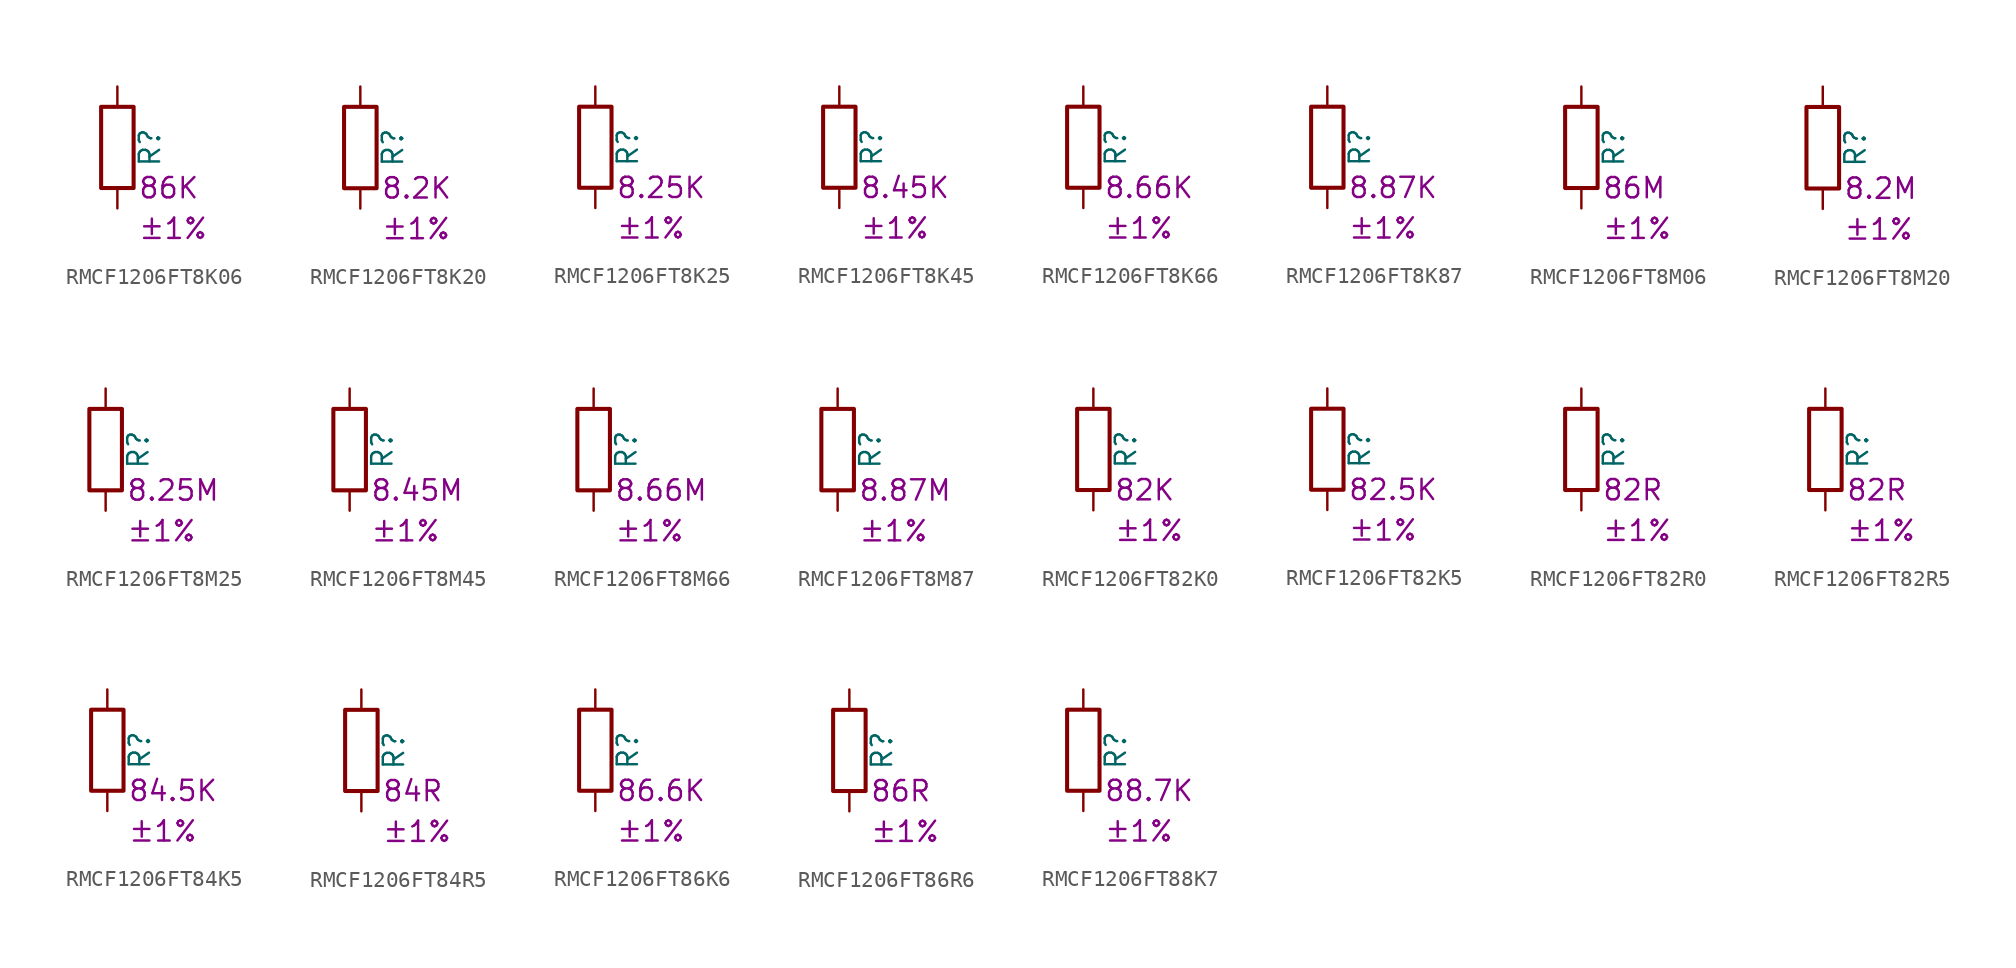
<source format=kicad_sym>
(kicad_symbol_lib
  (version 20220914)
  (generator kicad_symbol_editor)
  (symbol "RMCF1206FT8K06"
    (pin_numbers hide)
    (pin_names
      (offset 0))
    (property "Reference" "R"
      (at 2.032 0 90)
      (effects (font (size 1.27 1.27))))
    (property "Resistance" "86K"
      (at 1.27 -2.54 0)
      (effects (font (size 1.27 1.27)) (justify left)))
    (property "Tolerance" "±1%"
      (at 1.27 -5.08 0)
      (effects (font (size 1.27 1.27)) (justify left)))
    (symbol "RMCF1206FT8K06_0_1"
      (rectangle (start -1.016 -2.54) (end 1.016 2.54) (stroke (width 0.254) (type default)) (fill (type none))))
    (symbol "RMCF1206FT8K06_1_1"
      (pin passive line (at 0 3.81 270) (length 1.27) (name "~" (effects (font (size 1.27 1.27)))) (number "1" (effects (font (size 1.27 1.27)))))
      (pin passive line (at 0 -3.81 90) (length 1.27) (name "~" (effects (font (size 1.27 1.27)))) (number "2" (effects (font (size 1.27 1.27)))))))
  (symbol "RMCF1206FT8K20"
    (pin_numbers hide)
    (pin_names
      (offset 0))
    (property "Reference" "R"
      (at 2.032 0 90)
      (effects (font (size 1.27 1.27))))
    (property "Resistance" "8.2K"
      (at 1.27 -2.54 0)
      (effects (font (size 1.27 1.27)) (justify left)))
    (property "Tolerance" "±1%"
      (at 1.27 -5.08 0)
      (effects (font (size 1.27 1.27)) (justify left)))
    (symbol "RMCF1206FT8K20_0_1"
      (rectangle (start -1.016 -2.54) (end 1.016 2.54) (stroke (width 0.254) (type default)) (fill (type none))))
    (symbol "RMCF1206FT8K20_1_1"
      (pin passive line (at 0 3.81 270) (length 1.27) (name "~" (effects (font (size 1.27 1.27)))) (number "1" (effects (font (size 1.27 1.27)))))
      (pin passive line (at 0 -3.81 90) (length 1.27) (name "~" (effects (font (size 1.27 1.27)))) (number "2" (effects (font (size 1.27 1.27)))))))
  (symbol "RMCF1206FT8K25"
    (pin_numbers hide)
    (pin_names
      (offset 0))
    (property "Reference" "R"
      (at 2.032 0 90)
      (effects (font (size 1.27 1.27))))
    (property "Resistance" "8.25K"
      (at 1.27 -2.54 0)
      (effects (font (size 1.27 1.27)) (justify left)))
    (property "Tolerance" "±1%"
      (at 1.27 -5.08 0)
      (effects (font (size 1.27 1.27)) (justify left)))
    (symbol "RMCF1206FT8K25_0_1"
      (rectangle (start -1.016 -2.54) (end 1.016 2.54) (stroke (width 0.254) (type default)) (fill (type none))))
    (symbol "RMCF1206FT8K25_1_1"
      (pin passive line (at 0 3.81 270) (length 1.27) (name "~" (effects (font (size 1.27 1.27)))) (number "1" (effects (font (size 1.27 1.27)))))
      (pin passive line (at 0 -3.81 90) (length 1.27) (name "~" (effects (font (size 1.27 1.27)))) (number "2" (effects (font (size 1.27 1.27)))))))
  (symbol "RMCF1206FT8K45"
    (pin_numbers hide)
    (pin_names
      (offset 0))
    (property "Reference" "R"
      (at 2.032 0 90)
      (effects (font (size 1.27 1.27))))
    (property "Resistance" "8.45K"
      (at 1.27 -2.54 0)
      (effects (font (size 1.27 1.27)) (justify left)))
    (property "Tolerance" "±1%"
      (at 1.27 -5.08 0)
      (effects (font (size 1.27 1.27)) (justify left)))
    (symbol "RMCF1206FT8K45_0_1"
      (rectangle (start -1.016 -2.54) (end 1.016 2.54) (stroke (width 0.254) (type default)) (fill (type none))))
    (symbol "RMCF1206FT8K45_1_1"
      (pin passive line (at 0 3.81 270) (length 1.27) (name "~" (effects (font (size 1.27 1.27)))) (number "1" (effects (font (size 1.27 1.27)))))
      (pin passive line (at 0 -3.81 90) (length 1.27) (name "~" (effects (font (size 1.27 1.27)))) (number "2" (effects (font (size 1.27 1.27)))))))
  (symbol "RMCF1206FT8K66"
    (pin_numbers hide)
    (pin_names
      (offset 0))
    (property "Reference" "R"
      (at 2.032 0 90)
      (effects (font (size 1.27 1.27))))
    (property "Resistance" "8.66K"
      (at 1.27 -2.54 0)
      (effects (font (size 1.27 1.27)) (justify left)))
    (property "Tolerance" "±1%"
      (at 1.27 -5.08 0)
      (effects (font (size 1.27 1.27)) (justify left)))
    (symbol "RMCF1206FT8K66_0_1"
      (rectangle (start -1.016 -2.54) (end 1.016 2.54) (stroke (width 0.254) (type default)) (fill (type none))))
    (symbol "RMCF1206FT8K66_1_1"
      (pin passive line (at 0 3.81 270) (length 1.27) (name "~" (effects (font (size 1.27 1.27)))) (number "1" (effects (font (size 1.27 1.27)))))
      (pin passive line (at 0 -3.81 90) (length 1.27) (name "~" (effects (font (size 1.27 1.27)))) (number "2" (effects (font (size 1.27 1.27)))))))
  (symbol "RMCF1206FT8K87"
    (pin_numbers hide)
    (pin_names
      (offset 0))
    (property "Reference" "R"
      (at 2.032 0 90)
      (effects (font (size 1.27 1.27))))
    (property "Resistance" "8.87K"
      (at 1.27 -2.54 0)
      (effects (font (size 1.27 1.27)) (justify left)))
    (property "Tolerance" "±1%"
      (at 1.27 -5.08 0)
      (effects (font (size 1.27 1.27)) (justify left)))
    (symbol "RMCF1206FT8K87_0_1"
      (rectangle (start -1.016 -2.54) (end 1.016 2.54) (stroke (width 0.254) (type default)) (fill (type none))))
    (symbol "RMCF1206FT8K87_1_1"
      (pin passive line (at 0 3.81 270) (length 1.27) (name "~" (effects (font (size 1.27 1.27)))) (number "1" (effects (font (size 1.27 1.27)))))
      (pin passive line (at 0 -3.81 90) (length 1.27) (name "~" (effects (font (size 1.27 1.27)))) (number "2" (effects (font (size 1.27 1.27)))))))
  (symbol "RMCF1206FT8M06"
    (pin_numbers hide)
    (pin_names
      (offset 0))
    (property "Reference" "R"
      (at 2.032 0 90)
      (effects (font (size 1.27 1.27))))
    (property "Resistance" "86M"
      (at 1.27 -2.54 0)
      (effects (font (size 1.27 1.27)) (justify left)))
    (property "Tolerance" "±1%"
      (at 1.27 -5.08 0)
      (effects (font (size 1.27 1.27)) (justify left)))
    (symbol "RMCF1206FT8M06_0_1"
      (rectangle (start -1.016 -2.54) (end 1.016 2.54) (stroke (width 0.254) (type default)) (fill (type none))))
    (symbol "RMCF1206FT8M06_1_1"
      (pin passive line (at 0 3.81 270) (length 1.27) (name "~" (effects (font (size 1.27 1.27)))) (number "1" (effects (font (size 1.27 1.27)))))
      (pin passive line (at 0 -3.81 90) (length 1.27) (name "~" (effects (font (size 1.27 1.27)))) (number "2" (effects (font (size 1.27 1.27)))))))
  (symbol "RMCF1206FT8M20"
    (pin_numbers hide)
    (pin_names
      (offset 0))
    (property "Reference" "R"
      (at 2.032 0 90)
      (effects (font (size 1.27 1.27))))
    (property "Resistance" "8.2M"
      (at 1.27 -2.54 0)
      (effects (font (size 1.27 1.27)) (justify left)))
    (property "Tolerance" "±1%"
      (at 1.27 -5.08 0)
      (effects (font (size 1.27 1.27)) (justify left)))
    (symbol "RMCF1206FT8M20_0_1"
      (rectangle (start -1.016 -2.54) (end 1.016 2.54) (stroke (width 0.254) (type default)) (fill (type none))))
    (symbol "RMCF1206FT8M20_1_1"
      (pin passive line (at 0 3.81 270) (length 1.27) (name "~" (effects (font (size 1.27 1.27)))) (number "1" (effects (font (size 1.27 1.27)))))
      (pin passive line (at 0 -3.81 90) (length 1.27) (name "~" (effects (font (size 1.27 1.27)))) (number "2" (effects (font (size 1.27 1.27)))))))
  (symbol "RMCF1206FT8M25"
    (pin_numbers hide)
    (pin_names
      (offset 0))
    (property "Reference" "R"
      (at 2.032 0 90)
      (effects (font (size 1.27 1.27))))
    (property "Resistance" "8.25M"
      (at 1.27 -2.54 0)
      (effects (font (size 1.27 1.27)) (justify left)))
    (property "Tolerance" "±1%"
      (at 1.27 -5.08 0)
      (effects (font (size 1.27 1.27)) (justify left)))
    (symbol "RMCF1206FT8M25_0_1"
      (rectangle (start -1.016 -2.54) (end 1.016 2.54) (stroke (width 0.254) (type default)) (fill (type none))))
    (symbol "RMCF1206FT8M25_1_1"
      (pin passive line (at 0 3.81 270) (length 1.27) (name "~" (effects (font (size 1.27 1.27)))) (number "1" (effects (font (size 1.27 1.27)))))
      (pin passive line (at 0 -3.81 90) (length 1.27) (name "~" (effects (font (size 1.27 1.27)))) (number "2" (effects (font (size 1.27 1.27)))))))
  (symbol "RMCF1206FT8M45"
    (pin_numbers hide)
    (pin_names
      (offset 0))
    (property "Reference" "R"
      (at 2.032 0 90)
      (effects (font (size 1.27 1.27))))
    (property "Resistance" "8.45M"
      (at 1.27 -2.54 0)
      (effects (font (size 1.27 1.27)) (justify left)))
    (property "Tolerance" "±1%"
      (at 1.27 -5.08 0)
      (effects (font (size 1.27 1.27)) (justify left)))
    (symbol "RMCF1206FT8M45_0_1"
      (rectangle (start -1.016 -2.54) (end 1.016 2.54) (stroke (width 0.254) (type default)) (fill (type none))))
    (symbol "RMCF1206FT8M45_1_1"
      (pin passive line (at 0 3.81 270) (length 1.27) (name "~" (effects (font (size 1.27 1.27)))) (number "1" (effects (font (size 1.27 1.27)))))
      (pin passive line (at 0 -3.81 90) (length 1.27) (name "~" (effects (font (size 1.27 1.27)))) (number "2" (effects (font (size 1.27 1.27)))))))
  (symbol "RMCF1206FT8M66"
    (pin_numbers hide)
    (pin_names
      (offset 0))
    (property "Reference" "R"
      (at 2.032 0 90)
      (effects (font (size 1.27 1.27))))
    (property "Resistance" "8.66M"
      (at 1.27 -2.54 0)
      (effects (font (size 1.27 1.27)) (justify left)))
    (property "Tolerance" "±1%"
      (at 1.27 -5.08 0)
      (effects (font (size 1.27 1.27)) (justify left)))
    (symbol "RMCF1206FT8M66_0_1"
      (rectangle (start -1.016 -2.54) (end 1.016 2.54) (stroke (width 0.254) (type default)) (fill (type none))))
    (symbol "RMCF1206FT8M66_1_1"
      (pin passive line (at 0 3.81 270) (length 1.27) (name "~" (effects (font (size 1.27 1.27)))) (number "1" (effects (font (size 1.27 1.27)))))
      (pin passive line (at 0 -3.81 90) (length 1.27) (name "~" (effects (font (size 1.27 1.27)))) (number "2" (effects (font (size 1.27 1.27)))))))
  (symbol "RMCF1206FT8M87"
    (pin_numbers hide)
    (pin_names
      (offset 0))
    (property "Reference" "R"
      (at 2.032 0 90)
      (effects (font (size 1.27 1.27))))
    (property "Resistance" "8.87M"
      (at 1.27 -2.54 0)
      (effects (font (size 1.27 1.27)) (justify left)))
    (property "Tolerance" "±1%"
      (at 1.27 -5.08 0)
      (effects (font (size 1.27 1.27)) (justify left)))
    (symbol "RMCF1206FT8M87_0_1"
      (rectangle (start -1.016 -2.54) (end 1.016 2.54) (stroke (width 0.254) (type default)) (fill (type none))))
    (symbol "RMCF1206FT8M87_1_1"
      (pin passive line (at 0 3.81 270) (length 1.27) (name "~" (effects (font (size 1.27 1.27)))) (number "1" (effects (font (size 1.27 1.27)))))
      (pin passive line (at 0 -3.81 90) (length 1.27) (name "~" (effects (font (size 1.27 1.27)))) (number "2" (effects (font (size 1.27 1.27)))))))
  (symbol "RMCF1206FT82K0"
    (pin_numbers hide)
    (pin_names
      (offset 0))
    (property "Reference" "R"
      (at 2.032 0 90)
      (effects (font (size 1.27 1.27))))
    (property "Resistance" "82K"
      (at 1.27 -2.54 0)
      (effects (font (size 1.27 1.27)) (justify left)))
    (property "Tolerance" "±1%"
      (at 1.27 -5.08 0)
      (effects (font (size 1.27 1.27)) (justify left)))
    (symbol "RMCF1206FT82K0_0_1"
      (rectangle (start -1.016 -2.54) (end 1.016 2.54) (stroke (width 0.254) (type default)) (fill (type none))))
    (symbol "RMCF1206FT82K0_1_1"
      (pin passive line (at 0 3.81 270) (length 1.27) (name "~" (effects (font (size 1.27 1.27)))) (number "1" (effects (font (size 1.27 1.27)))))
      (pin passive line (at 0 -3.81 90) (length 1.27) (name "~" (effects (font (size 1.27 1.27)))) (number "2" (effects (font (size 1.27 1.27)))))))
  (symbol "RMCF1206FT82K5"
    (pin_numbers hide)
    (pin_names
      (offset 0))
    (property "Reference" "R"
      (at 2.032 0 90)
      (effects (font (size 1.27 1.27))))
    (property "Resistance" "82.5K"
      (at 1.27 -2.54 0)
      (effects (font (size 1.27 1.27)) (justify left)))
    (property "Tolerance" "±1%"
      (at 1.27 -5.08 0)
      (effects (font (size 1.27 1.27)) (justify left)))
    (symbol "RMCF1206FT82K5_0_1"
      (rectangle (start -1.016 -2.54) (end 1.016 2.54) (stroke (width 0.254) (type default)) (fill (type none))))
    (symbol "RMCF1206FT82K5_1_1"
      (pin passive line (at 0 3.81 270) (length 1.27) (name "~" (effects (font (size 1.27 1.27)))) (number "1" (effects (font (size 1.27 1.27)))))
      (pin passive line (at 0 -3.81 90) (length 1.27) (name "~" (effects (font (size 1.27 1.27)))) (number "2" (effects (font (size 1.27 1.27)))))))
  (symbol "RMCF1206FT82R0"
    (pin_numbers hide)
    (pin_names
      (offset 0))
    (property "Reference" "R"
      (at 2.032 0 90)
      (effects (font (size 1.27 1.27))))
    (property "Resistance" "82R"
      (at 1.27 -2.54 0)
      (effects (font (size 1.27 1.27)) (justify left)))
    (property "Tolerance" "±1%"
      (at 1.27 -5.08 0)
      (effects (font (size 1.27 1.27)) (justify left)))
    (symbol "RMCF1206FT82R0_0_1"
      (rectangle (start -1.016 -2.54) (end 1.016 2.54) (stroke (width 0.254) (type default)) (fill (type none))))
    (symbol "RMCF1206FT82R0_1_1"
      (pin passive line (at 0 3.81 270) (length 1.27) (name "~" (effects (font (size 1.27 1.27)))) (number "1" (effects (font (size 1.27 1.27)))))
      (pin passive line (at 0 -3.81 90) (length 1.27) (name "~" (effects (font (size 1.27 1.27)))) (number "2" (effects (font (size 1.27 1.27)))))))
  (symbol "RMCF1206FT82R5"
    (pin_numbers hide)
    (pin_names
      (offset 0))
    (property "Reference" "R"
      (at 2.032 0 90)
      (effects (font (size 1.27 1.27))))
    (property "Resistance" "82R"
      (at 1.27 -2.54 0)
      (effects (font (size 1.27 1.27)) (justify left)))
    (property "Tolerance" "±1%"
      (at 1.27 -5.08 0)
      (effects (font (size 1.27 1.27)) (justify left)))
    (symbol "RMCF1206FT82R5_0_1"
      (rectangle (start -1.016 -2.54) (end 1.016 2.54) (stroke (width 0.254) (type default)) (fill (type none))))
    (symbol "RMCF1206FT82R5_1_1"
      (pin passive line (at 0 3.81 270) (length 1.27) (name "~" (effects (font (size 1.27 1.27)))) (number "1" (effects (font (size 1.27 1.27)))))
      (pin passive line (at 0 -3.81 90) (length 1.27) (name "~" (effects (font (size 1.27 1.27)))) (number "2" (effects (font (size 1.27 1.27)))))))
  (symbol "RMCF1206FT84K5"
    (pin_numbers hide)
    (pin_names
      (offset 0))
    (property "Reference" "R"
      (at 2.032 0 90)
      (effects (font (size 1.27 1.27))))
    (property "Resistance" "84.5K"
      (at 1.27 -2.54 0)
      (effects (font (size 1.27 1.27)) (justify left)))
    (property "Tolerance" "±1%"
      (at 1.27 -5.08 0)
      (effects (font (size 1.27 1.27)) (justify left)))
    (symbol "RMCF1206FT84K5_0_1"
      (rectangle (start -1.016 -2.54) (end 1.016 2.54) (stroke (width 0.254) (type default)) (fill (type none))))
    (symbol "RMCF1206FT84K5_1_1"
      (pin passive line (at 0 3.81 270) (length 1.27) (name "~" (effects (font (size 1.27 1.27)))) (number "1" (effects (font (size 1.27 1.27)))))
      (pin passive line (at 0 -3.81 90) (length 1.27) (name "~" (effects (font (size 1.27 1.27)))) (number "2" (effects (font (size 1.27 1.27)))))))
  (symbol "RMCF1206FT84R5"
    (pin_numbers hide)
    (pin_names
      (offset 0))
    (property "Reference" "R"
      (at 2.032 0 90)
      (effects (font (size 1.27 1.27))))
    (property "Resistance" "84R"
      (at 1.27 -2.54 0)
      (effects (font (size 1.27 1.27)) (justify left)))
    (property "Tolerance" "±1%"
      (at 1.27 -5.08 0)
      (effects (font (size 1.27 1.27)) (justify left)))
    (symbol "RMCF1206FT84R5_0_1"
      (rectangle (start -1.016 -2.54) (end 1.016 2.54) (stroke (width 0.254) (type default)) (fill (type none))))
    (symbol "RMCF1206FT84R5_1_1"
      (pin passive line (at 0 3.81 270) (length 1.27) (name "~" (effects (font (size 1.27 1.27)))) (number "1" (effects (font (size 1.27 1.27)))))
      (pin passive line (at 0 -3.81 90) (length 1.27) (name "~" (effects (font (size 1.27 1.27)))) (number "2" (effects (font (size 1.27 1.27)))))))
  (symbol "RMCF1206FT86K6"
    (pin_numbers hide)
    (pin_names
      (offset 0))
    (property "Reference" "R"
      (at 2.032 0 90)
      (effects (font (size 1.27 1.27))))
    (property "Resistance" "86.6K"
      (at 1.27 -2.54 0)
      (effects (font (size 1.27 1.27)) (justify left)))
    (property "Tolerance" "±1%"
      (at 1.27 -5.08 0)
      (effects (font (size 1.27 1.27)) (justify left)))
    (symbol "RMCF1206FT86K6_0_1"
      (rectangle (start -1.016 -2.54) (end 1.016 2.54) (stroke (width 0.254) (type default)) (fill (type none))))
    (symbol "RMCF1206FT86K6_1_1"
      (pin passive line (at 0 3.81 270) (length 1.27) (name "~" (effects (font (size 1.27 1.27)))) (number "1" (effects (font (size 1.27 1.27)))))
      (pin passive line (at 0 -3.81 90) (length 1.27) (name "~" (effects (font (size 1.27 1.27)))) (number "2" (effects (font (size 1.27 1.27)))))))
  (symbol "RMCF1206FT86R6"
    (pin_numbers hide)
    (pin_names
      (offset 0))
    (property "Reference" "R"
      (at 2.032 0 90)
      (effects (font (size 1.27 1.27))))
    (property "Resistance" "86R"
      (at 1.27 -2.54 0)
      (effects (font (size 1.27 1.27)) (justify left)))
    (property "Tolerance" "±1%"
      (at 1.27 -5.08 0)
      (effects (font (size 1.27 1.27)) (justify left)))
    (symbol "RMCF1206FT86R6_0_1"
      (rectangle (start -1.016 -2.54) (end 1.016 2.54) (stroke (width 0.254) (type default)) (fill (type none))))
    (symbol "RMCF1206FT86R6_1_1"
      (pin passive line (at 0 3.81 270) (length 1.27) (name "~" (effects (font (size 1.27 1.27)))) (number "1" (effects (font (size 1.27 1.27)))))
      (pin passive line (at 0 -3.81 90) (length 1.27) (name "~" (effects (font (size 1.27 1.27)))) (number "2" (effects (font (size 1.27 1.27)))))))
  (symbol "RMCF1206FT88K7"
    (pin_numbers hide)
    (pin_names
      (offset 0))
    (property "Reference" "R"
      (at 2.032 0 90)
      (effects (font (size 1.27 1.27))))
    (property "Resistance" "88.7K"
      (at 1.27 -2.54 0)
      (effects (font (size 1.27 1.27)) (justify left)))
    (property "Tolerance" "±1%"
      (at 1.27 -5.08 0)
      (effects (font (size 1.27 1.27)) (justify left)))
    (symbol "RMCF1206FT88K7_0_1"
      (rectangle (start -1.016 -2.54) (end 1.016 2.54) (stroke (width 0.254) (type default)) (fill (type none))))
    (symbol "RMCF1206FT88K7_1_1"
      (pin passive line (at 0 3.81 270) (length 1.27) (name "~" (effects (font (size 1.27 1.27)))) (number "1" (effects (font (size 1.27 1.27)))))
      (pin passive line (at 0 -3.81 90) (length 1.27) (name "~" (effects (font (size 1.27 1.27)))) (number "2" (effects (font (size 1.27 1.27))))))))
</source>
